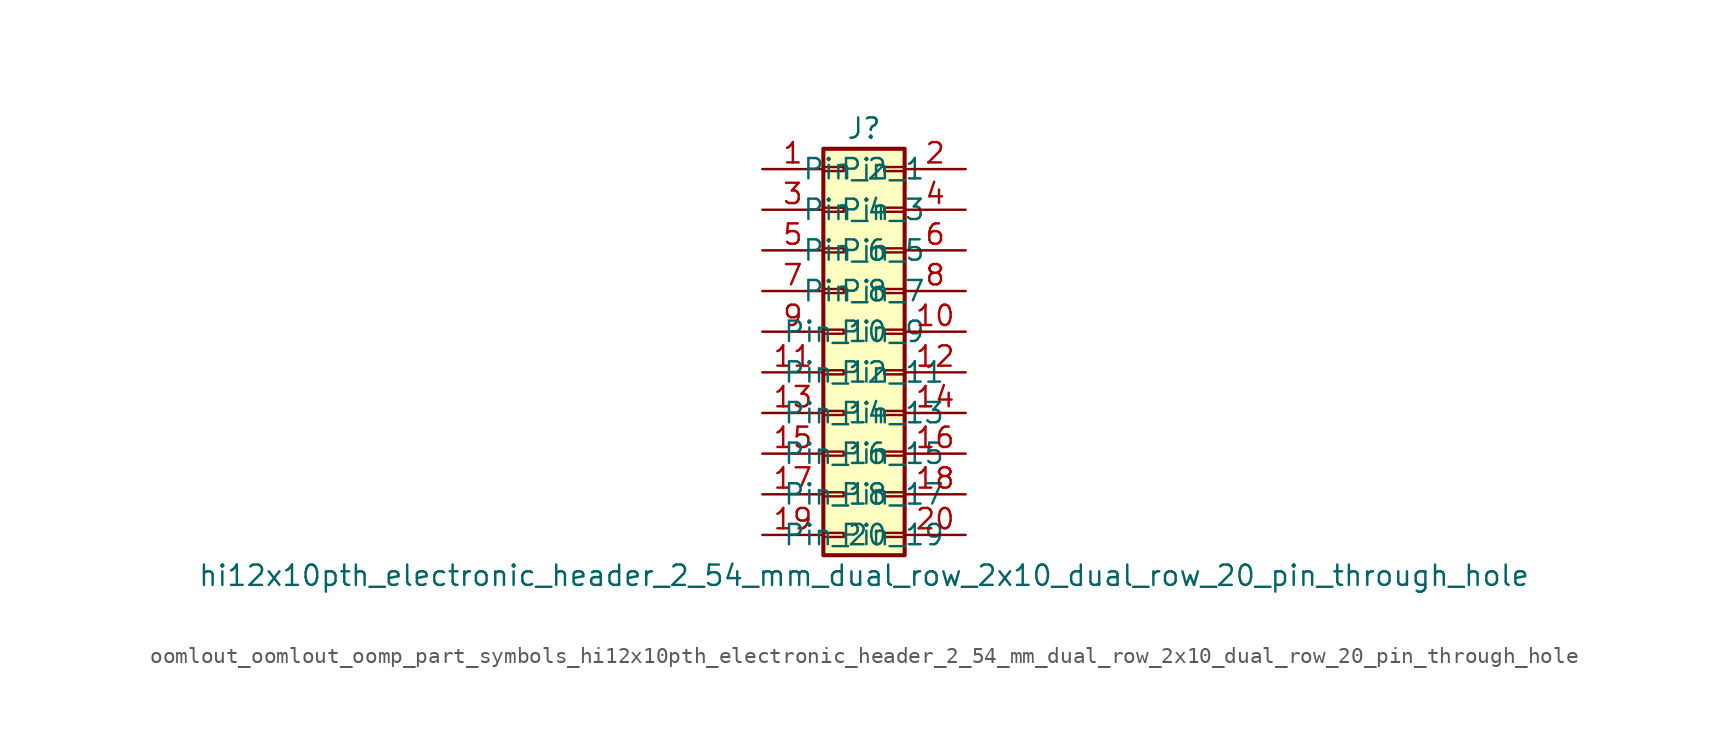
<source format=kicad_sym>
(kicad_symbol_lib
  (version 20220914)
  (generator kicad_symbol_editor)
  (symbol "oomlout_oomlout_oomp_part_symbols_hi12x10pth_electronic_header_2_54_mm_dual_row_2x10_dual_row_20_pin_through_hole"
    (pin_names
      (offset 1.016))
    (property "Reference" "J"
      (at 1.27 12.7 0)
      (effects (font (size 1.27 1.27))))
    (property "Value" "hi12x10pth_electronic_header_2_54_mm_dual_row_2x10_dual_row_20_pin_through_hole"
      (at 1.27 -15.24 0)
      (effects (font (size 1.27 1.27))))
    (symbol "oomlout_oomlout_oomp_part_symbols_hi12x10pth_electronic_header_2_54_mm_dual_row_2x10_dual_row_20_pin_through_hole_1_1"
      (rectangle (start -1.27 -12.573) (end 0 -12.827) (stroke (width 0.152) (type default)) (fill (type none)))
      (rectangle (start -1.27 -10.033) (end 0 -10.287) (stroke (width 0.152) (type default)) (fill (type none)))
      (rectangle (start -1.27 -7.493) (end 0 -7.747) (stroke (width 0.152) (type default)) (fill (type none)))
      (rectangle (start -1.27 -4.953) (end 0 -5.207) (stroke (width 0.152) (type default)) (fill (type none)))
      (rectangle (start -1.27 -2.413) (end 0 -2.667) (stroke (width 0.152) (type default)) (fill (type none)))
      (rectangle (start -1.27 0.127) (end 0 -0.127) (stroke (width 0.152) (type default)) (fill (type none)))
      (rectangle (start -1.27 2.667) (end 0 2.413) (stroke (width 0.152) (type default)) (fill (type none)))
      (rectangle (start -1.27 5.207) (end 0 4.953) (stroke (width 0.152) (type default)) (fill (type none)))
      (rectangle (start -1.27 7.747) (end 0 7.493) (stroke (width 0.152) (type default)) (fill (type none)))
      (rectangle (start -1.27 10.287) (end 0 10.033) (stroke (width 0.152) (type default)) (fill (type none)))
      (rectangle (start -1.27 11.43) (end 3.81 -13.97) (stroke (width 0.254) (type default)) (fill (type background)))
      (rectangle (start 3.81 -12.573) (end 2.54 -12.827) (stroke (width 0.152) (type default)) (fill (type none)))
      (rectangle (start 3.81 -10.033) (end 2.54 -10.287) (stroke (width 0.152) (type default)) (fill (type none)))
      (rectangle (start 3.81 -7.493) (end 2.54 -7.747) (stroke (width 0.152) (type default)) (fill (type none)))
      (rectangle (start 3.81 -4.953) (end 2.54 -5.207) (stroke (width 0.152) (type default)) (fill (type none)))
      (rectangle (start 3.81 -2.413) (end 2.54 -2.667) (stroke (width 0.152) (type default)) (fill (type none)))
      (rectangle (start 3.81 0.127) (end 2.54 -0.127) (stroke (width 0.152) (type default)) (fill (type none)))
      (rectangle (start 3.81 2.667) (end 2.54 2.413) (stroke (width 0.152) (type default)) (fill (type none)))
      (rectangle (start 3.81 5.207) (end 2.54 4.953) (stroke (width 0.152) (type default)) (fill (type none)))
      (rectangle (start 3.81 7.747) (end 2.54 7.493) (stroke (width 0.152) (type default)) (fill (type none)))
      (rectangle (start 3.81 10.287) (end 2.54 10.033) (stroke (width 0.152) (type default)) (fill (type none)))
      (pin passive line (at -5.08 10.16 0) (length 3.81) (name "Pin_1" (effects (font (size 1.27 1.27)))) (number "1" (effects (font (size 1.27 1.27)))))
      (pin passive line (at 7.62 0 180) (length 3.81) (name "Pin_10" (effects (font (size 1.27 1.27)))) (number "10" (effects (font (size 1.27 1.27)))))
      (pin passive line (at -5.08 -2.54 0) (length 3.81) (name "Pin_11" (effects (font (size 1.27 1.27)))) (number "11" (effects (font (size 1.27 1.27)))))
      (pin passive line (at 7.62 -2.54 180) (length 3.81) (name "Pin_12" (effects (font (size 1.27 1.27)))) (number "12" (effects (font (size 1.27 1.27)))))
      (pin passive line (at -5.08 -5.08 0) (length 3.81) (name "Pin_13" (effects (font (size 1.27 1.27)))) (number "13" (effects (font (size 1.27 1.27)))))
      (pin passive line (at 7.62 -5.08 180) (length 3.81) (name "Pin_14" (effects (font (size 1.27 1.27)))) (number "14" (effects (font (size 1.27 1.27)))))
      (pin passive line (at -5.08 -7.62 0) (length 3.81) (name "Pin_15" (effects (font (size 1.27 1.27)))) (number "15" (effects (font (size 1.27 1.27)))))
      (pin passive line (at 7.62 -7.62 180) (length 3.81) (name "Pin_16" (effects (font (size 1.27 1.27)))) (number "16" (effects (font (size 1.27 1.27)))))
      (pin passive line (at -5.08 -10.16 0) (length 3.81) (name "Pin_17" (effects (font (size 1.27 1.27)))) (number "17" (effects (font (size 1.27 1.27)))))
      (pin passive line (at 7.62 -10.16 180) (length 3.81) (name "Pin_18" (effects (font (size 1.27 1.27)))) (number "18" (effects (font (size 1.27 1.27)))))
      (pin passive line (at -5.08 -12.7 0) (length 3.81) (name "Pin_19" (effects (font (size 1.27 1.27)))) (number "19" (effects (font (size 1.27 1.27)))))
      (pin passive line (at 7.62 10.16 180) (length 3.81) (name "Pin_2" (effects (font (size 1.27 1.27)))) (number "2" (effects (font (size 1.27 1.27)))))
      (pin passive line (at 7.62 -12.7 180) (length 3.81) (name "Pin_20" (effects (font (size 1.27 1.27)))) (number "20" (effects (font (size 1.27 1.27)))))
      (pin passive line (at -5.08 7.62 0) (length 3.81) (name "Pin_3" (effects (font (size 1.27 1.27)))) (number "3" (effects (font (size 1.27 1.27)))))
      (pin passive line (at 7.62 7.62 180) (length 3.81) (name "Pin_4" (effects (font (size 1.27 1.27)))) (number "4" (effects (font (size 1.27 1.27)))))
      (pin passive line (at -5.08 5.08 0) (length 3.81) (name "Pin_5" (effects (font (size 1.27 1.27)))) (number "5" (effects (font (size 1.27 1.27)))))
      (pin passive line (at 7.62 5.08 180) (length 3.81) (name "Pin_6" (effects (font (size 1.27 1.27)))) (number "6" (effects (font (size 1.27 1.27)))))
      (pin passive line (at -5.08 2.54 0) (length 3.81) (name "Pin_7" (effects (font (size 1.27 1.27)))) (number "7" (effects (font (size 1.27 1.27)))))
      (pin passive line (at 7.62 2.54 180) (length 3.81) (name "Pin_8" (effects (font (size 1.27 1.27)))) (number "8" (effects (font (size 1.27 1.27)))))
      (pin passive line (at -5.08 0 0) (length 3.81) (name "Pin_9" (effects (font (size 1.27 1.27)))) (number "9" (effects (font (size 1.27 1.27))))))))
</source>
